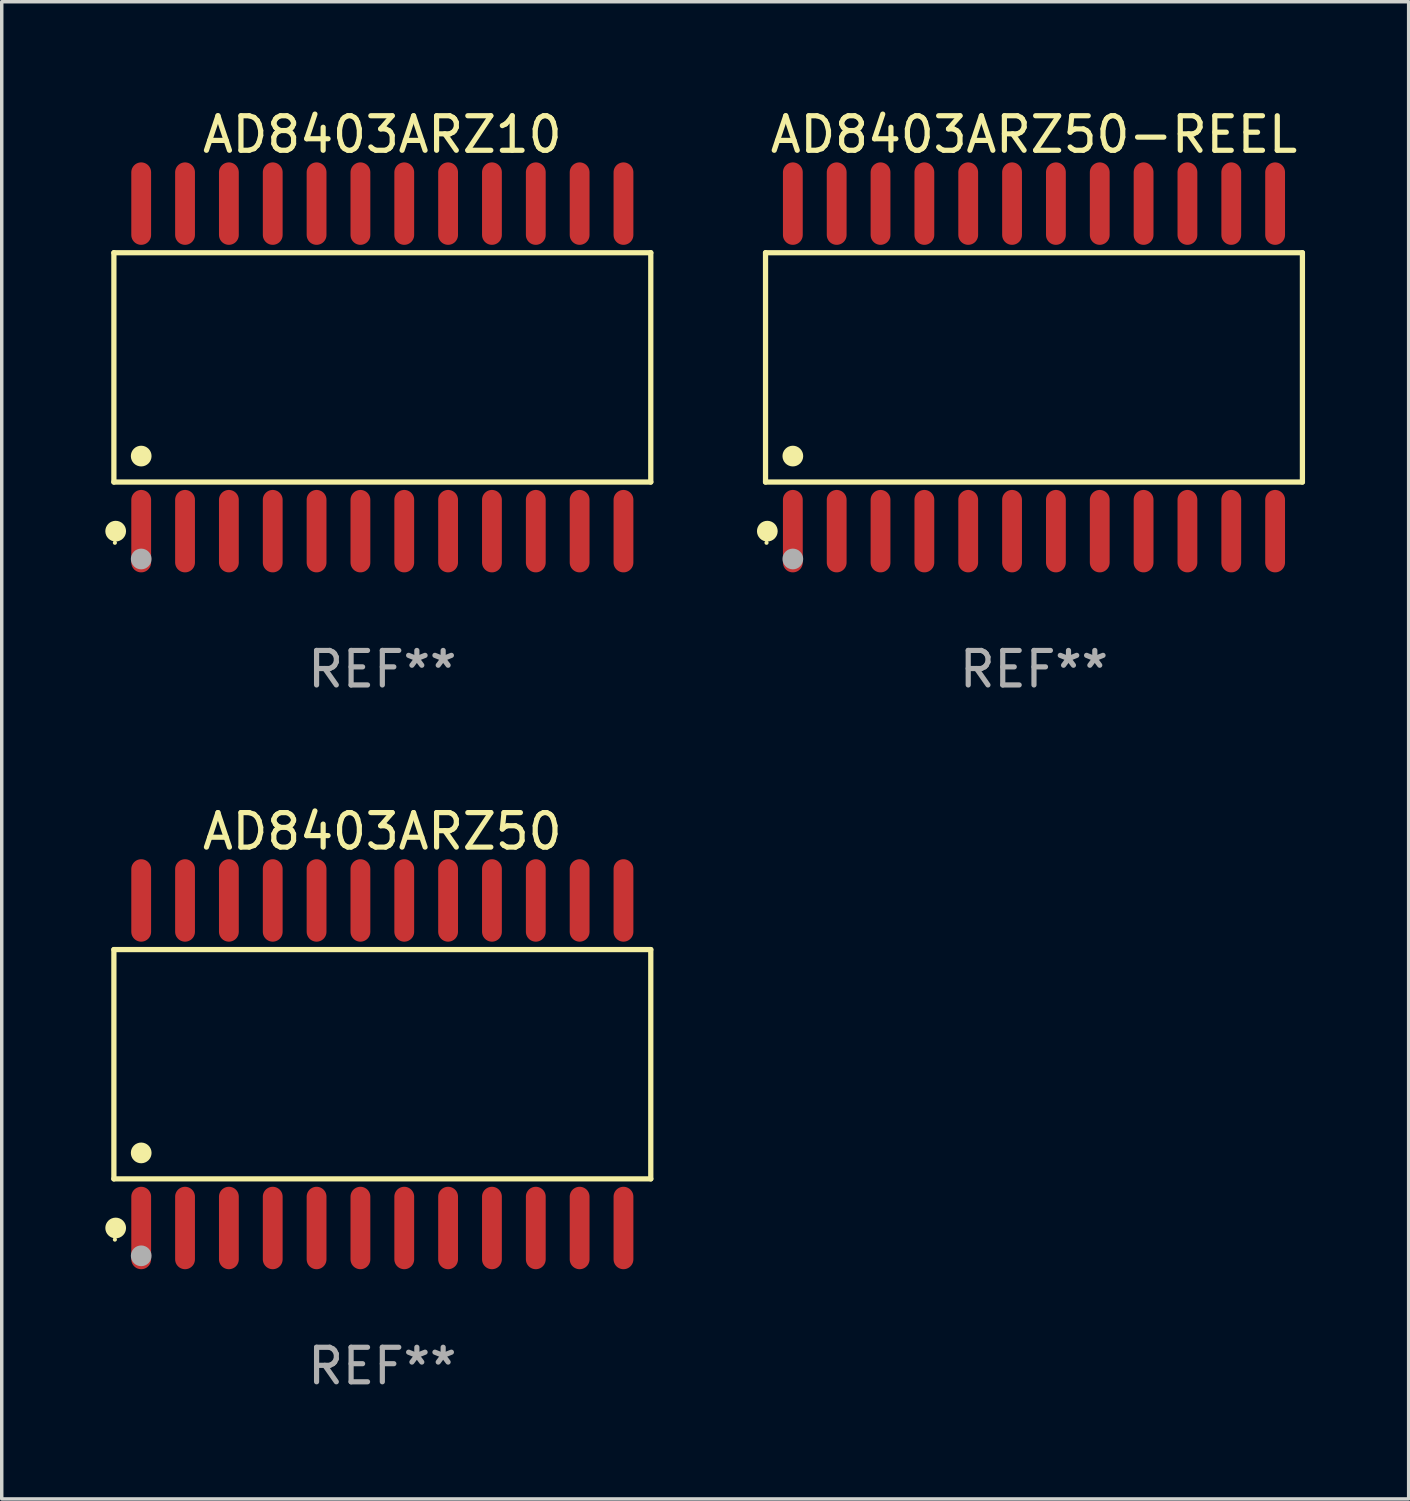
<source format=kicad_pcb>
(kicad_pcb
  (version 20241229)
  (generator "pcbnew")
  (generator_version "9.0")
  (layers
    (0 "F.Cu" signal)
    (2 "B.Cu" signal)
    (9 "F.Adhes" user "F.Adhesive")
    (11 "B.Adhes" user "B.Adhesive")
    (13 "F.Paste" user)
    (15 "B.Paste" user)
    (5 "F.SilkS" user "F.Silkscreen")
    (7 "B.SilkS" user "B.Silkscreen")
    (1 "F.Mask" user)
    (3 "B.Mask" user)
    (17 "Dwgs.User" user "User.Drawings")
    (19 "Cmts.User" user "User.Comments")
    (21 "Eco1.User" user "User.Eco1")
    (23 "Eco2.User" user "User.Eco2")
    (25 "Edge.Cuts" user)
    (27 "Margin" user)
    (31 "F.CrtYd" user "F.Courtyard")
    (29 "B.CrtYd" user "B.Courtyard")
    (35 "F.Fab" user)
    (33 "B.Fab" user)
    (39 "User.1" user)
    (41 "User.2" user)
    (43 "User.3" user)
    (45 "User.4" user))
  (footprint "AD8403ARZ50"
    (layer "F.Cu")
    (at 8.025 27.777)
    (property "Reference" "AD8403ARZ50" (at 0 -6.744 0) (layer "F.SilkS") (effects (font (size 1 1) (thickness 0.15))))
    (attr through_hole)
    (fp_line (start -7.776 -3.321) (end 7.776 -3.321) (stroke (width 0.152) (type solid)) (layer "F.SilkS"))
    (fp_line (start -7.776 3.321) (end -7.776 -3.321) (stroke (width 0.152) (type solid)) (layer "F.SilkS"))
    (fp_line (start 7.776 -3.321) (end 7.776 3.321) (stroke (width 0.152) (type solid)) (layer "F.SilkS"))
    (fp_line (start 7.776 3.321) (end -7.776 3.321) (stroke (width 0.152) (type solid)) (layer "F.SilkS"))
    (fp_circle (center -7.747 5.08) (end -7.717 5.08) (stroke (width 0.06) (type solid)) (fill no) (layer "F.SilkS"))
    (fp_circle (center -7.724 4.744) (end -7.574 4.744) (stroke (width 0.3) (type solid)) (fill no) (layer "F.SilkS"))
    (fp_circle (center -6.985 2.569) (end -6.835 2.569) (stroke (width 0.3) (type solid)) (fill no) (layer "F.SilkS"))
    (fp_circle (center -6.985 5.55) (end -6.835 5.55) (stroke (width 0.3) (type solid)) (fill no) (layer "F.Fab"))
    (fp_text user "REF**" (at 0 8.744 0) (layer "F.Fab") (effects (font (size 1 1) (thickness 0.15))))
    (pad "1" smd oval (at -6.985 4.744) (size 0.574 2.388) (layers "F.Cu" "F.Mask" "F.Paste"))
    (pad "2" smd oval (at -5.715 4.744) (size 0.574 2.388) (layers "F.Cu" "F.Mask" "F.Paste"))
    (pad "3" smd oval (at -4.445 4.744) (size 0.574 2.388) (layers "F.Cu" "F.Mask" "F.Paste"))
    (pad "4" smd oval (at -3.175 4.744) (size 0.574 2.388) (layers "F.Cu" "F.Mask" "F.Paste"))
    (pad "5" smd oval (at -1.905 4.744) (size 0.574 2.388) (layers "F.Cu" "F.Mask" "F.Paste"))
    (pad "6" smd oval (at -0.635 4.744) (size 0.574 2.388) (layers "F.Cu" "F.Mask" "F.Paste"))
    (pad "7" smd oval (at 0.635 4.744) (size 0.574 2.388) (layers "F.Cu" "F.Mask" "F.Paste"))
    (pad "8" smd oval (at 1.905 4.744) (size 0.574 2.388) (layers "F.Cu" "F.Mask" "F.Paste"))
    (pad "9" smd oval (at 3.175 4.744) (size 0.574 2.388) (layers "F.Cu" "F.Mask" "F.Paste"))
    (pad "10" smd oval (at 4.445 4.744) (size 0.574 2.388) (layers "F.Cu" "F.Mask" "F.Paste"))
    (pad "11" smd oval (at 5.715 4.744) (size 0.574 2.388) (layers "F.Cu" "F.Mask" "F.Paste"))
    (pad "12" smd oval (at 6.985 4.744) (size 0.574 2.388) (layers "F.Cu" "F.Mask" "F.Paste"))
    (pad "13" smd oval (at 6.985 -4.744) (size 0.574 2.388) (layers "F.Cu" "F.Mask" "F.Paste"))
    (pad "14" smd oval (at 5.715 -4.744) (size 0.574 2.388) (layers "F.Cu" "F.Mask" "F.Paste"))
    (pad "15" smd oval (at 4.445 -4.744) (size 0.574 2.388) (layers "F.Cu" "F.Mask" "F.Paste"))
    (pad "16" smd oval (at 3.175 -4.744) (size 0.574 2.388) (layers "F.Cu" "F.Mask" "F.Paste"))
    (pad "17" smd oval (at 1.905 -4.744) (size 0.574 2.388) (layers "F.Cu" "F.Mask" "F.Paste"))
    (pad "18" smd oval (at 0.635 -4.744) (size 0.574 2.388) (layers "F.Cu" "F.Mask" "F.Paste"))
    (pad "19" smd oval (at -0.635 -4.744) (size 0.574 2.388) (layers "F.Cu" "F.Mask" "F.Paste"))
    (pad "20" smd oval (at -1.905 -4.744) (size 0.574 2.388) (layers "F.Cu" "F.Mask" "F.Paste"))
    (pad "21" smd oval (at -3.175 -4.744) (size 0.574 2.388) (layers "F.Cu" "F.Mask" "F.Paste"))
    (pad "22" smd oval (at -4.445 -4.744) (size 0.574 2.388) (layers "F.Cu" "F.Mask" "F.Paste"))
    (pad "23" smd oval (at -5.715 -4.744) (size 0.574 2.388) (layers "F.Cu" "F.Mask" "F.Paste"))
    (pad "24" smd oval (at -6.985 -4.744) (size 0.574 2.388) (layers "F.Cu" "F.Mask" "F.Paste")))
  (footprint "AD8403ARZ50-REEL"
    (layer "F.Cu")
    (at 26.901 7.592)
    (property "Reference" "AD8403ARZ50-REEL" (at 0 -6.744 0) (layer "F.SilkS") (effects (font (size 1 1) (thickness 0.15))))
    (attr through_hole)
    (fp_line (start -7.776 -3.321) (end 7.776 -3.321) (stroke (width 0.152) (type solid)) (layer "F.SilkS"))
    (fp_line (start -7.776 3.321) (end -7.776 -3.321) (stroke (width 0.152) (type solid)) (layer "F.SilkS"))
    (fp_line (start 7.776 -3.321) (end 7.776 3.321) (stroke (width 0.152) (type solid)) (layer "F.SilkS"))
    (fp_line (start 7.776 3.321) (end -7.776 3.321) (stroke (width 0.152) (type solid)) (layer "F.SilkS"))
    (fp_circle (center -7.747 5.08) (end -7.717 5.08) (stroke (width 0.06) (type solid)) (fill no) (layer "F.SilkS"))
    (fp_circle (center -7.724 4.744) (end -7.574 4.744) (stroke (width 0.3) (type solid)) (fill no) (layer "F.SilkS"))
    (fp_circle (center -6.985 2.569) (end -6.835 2.569) (stroke (width 0.3) (type solid)) (fill no) (layer "F.SilkS"))
    (fp_circle (center -6.985 5.55) (end -6.835 5.55) (stroke (width 0.3) (type solid)) (fill no) (layer "F.Fab"))
    (fp_text user "REF**" (at 0 8.744 0) (layer "F.Fab") (effects (font (size 1 1) (thickness 0.15))))
    (pad "1" smd oval (at -6.985 4.744) (size 0.574 2.388) (layers "F.Cu" "F.Mask" "F.Paste"))
    (pad "2" smd oval (at -5.715 4.744) (size 0.574 2.388) (layers "F.Cu" "F.Mask" "F.Paste"))
    (pad "3" smd oval (at -4.445 4.744) (size 0.574 2.388) (layers "F.Cu" "F.Mask" "F.Paste"))
    (pad "4" smd oval (at -3.175 4.744) (size 0.574 2.388) (layers "F.Cu" "F.Mask" "F.Paste"))
    (pad "5" smd oval (at -1.905 4.744) (size 0.574 2.388) (layers "F.Cu" "F.Mask" "F.Paste"))
    (pad "6" smd oval (at -0.635 4.744) (size 0.574 2.388) (layers "F.Cu" "F.Mask" "F.Paste"))
    (pad "7" smd oval (at 0.635 4.744) (size 0.574 2.388) (layers "F.Cu" "F.Mask" "F.Paste"))
    (pad "8" smd oval (at 1.905 4.744) (size 0.574 2.388) (layers "F.Cu" "F.Mask" "F.Paste"))
    (pad "9" smd oval (at 3.175 4.744) (size 0.574 2.388) (layers "F.Cu" "F.Mask" "F.Paste"))
    (pad "10" smd oval (at 4.445 4.744) (size 0.574 2.388) (layers "F.Cu" "F.Mask" "F.Paste"))
    (pad "11" smd oval (at 5.715 4.744) (size 0.574 2.388) (layers "F.Cu" "F.Mask" "F.Paste"))
    (pad "12" smd oval (at 6.985 4.744) (size 0.574 2.388) (layers "F.Cu" "F.Mask" "F.Paste"))
    (pad "13" smd oval (at 6.985 -4.744) (size 0.574 2.388) (layers "F.Cu" "F.Mask" "F.Paste"))
    (pad "14" smd oval (at 5.715 -4.744) (size 0.574 2.388) (layers "F.Cu" "F.Mask" "F.Paste"))
    (pad "15" smd oval (at 4.445 -4.744) (size 0.574 2.388) (layers "F.Cu" "F.Mask" "F.Paste"))
    (pad "16" smd oval (at 3.175 -4.744) (size 0.574 2.388) (layers "F.Cu" "F.Mask" "F.Paste"))
    (pad "17" smd oval (at 1.905 -4.744) (size 0.574 2.388) (layers "F.Cu" "F.Mask" "F.Paste"))
    (pad "18" smd oval (at 0.635 -4.744) (size 0.574 2.388) (layers "F.Cu" "F.Mask" "F.Paste"))
    (pad "19" smd oval (at -0.635 -4.744) (size 0.574 2.388) (layers "F.Cu" "F.Mask" "F.Paste"))
    (pad "20" smd oval (at -1.905 -4.744) (size 0.574 2.388) (layers "F.Cu" "F.Mask" "F.Paste"))
    (pad "21" smd oval (at -3.175 -4.744) (size 0.574 2.388) (layers "F.Cu" "F.Mask" "F.Paste"))
    (pad "22" smd oval (at -4.445 -4.744) (size 0.574 2.388) (layers "F.Cu" "F.Mask" "F.Paste"))
    (pad "23" smd oval (at -5.715 -4.744) (size 0.574 2.388) (layers "F.Cu" "F.Mask" "F.Paste"))
    (pad "24" smd oval (at -6.985 -4.744) (size 0.574 2.388) (layers "F.Cu" "F.Mask" "F.Paste")))
  (footprint "AD8403ARZ10"
    (layer "F.Cu")
    (at 8.025 7.592)
    (property "Reference" "AD8403ARZ10" (at 0 -6.744 0) (layer "F.SilkS") (effects (font (size 1 1) (thickness 0.15))))
    (attr through_hole)
    (fp_line (start -7.776 -3.321) (end 7.776 -3.321) (stroke (width 0.152) (type solid)) (layer "F.SilkS"))
    (fp_line (start -7.776 3.321) (end -7.776 -3.321) (stroke (width 0.152) (type solid)) (layer "F.SilkS"))
    (fp_line (start 7.776 -3.321) (end 7.776 3.321) (stroke (width 0.152) (type solid)) (layer "F.SilkS"))
    (fp_line (start 7.776 3.321) (end -7.776 3.321) (stroke (width 0.152) (type solid)) (layer "F.SilkS"))
    (fp_circle (center -7.747 5.08) (end -7.717 5.08) (stroke (width 0.06) (type solid)) (fill no) (layer "F.SilkS"))
    (fp_circle (center -7.724 4.744) (end -7.574 4.744) (stroke (width 0.3) (type solid)) (fill no) (layer "F.SilkS"))
    (fp_circle (center -6.985 2.569) (end -6.835 2.569) (stroke (width 0.3) (type solid)) (fill no) (layer "F.SilkS"))
    (fp_circle (center -6.985 5.55) (end -6.835 5.55) (stroke (width 0.3) (type solid)) (fill no) (layer "F.Fab"))
    (fp_text user "REF**" (at 0 8.744 0) (layer "F.Fab") (effects (font (size 1 1) (thickness 0.15))))
    (pad "1" smd oval (at -6.985 4.744) (size 0.574 2.388) (layers "F.Cu" "F.Mask" "F.Paste"))
    (pad "2" smd oval (at -5.715 4.744) (size 0.574 2.388) (layers "F.Cu" "F.Mask" "F.Paste"))
    (pad "3" smd oval (at -4.445 4.744) (size 0.574 2.388) (layers "F.Cu" "F.Mask" "F.Paste"))
    (pad "4" smd oval (at -3.175 4.744) (size 0.574 2.388) (layers "F.Cu" "F.Mask" "F.Paste"))
    (pad "5" smd oval (at -1.905 4.744) (size 0.574 2.388) (layers "F.Cu" "F.Mask" "F.Paste"))
    (pad "6" smd oval (at -0.635 4.744) (size 0.574 2.388) (layers "F.Cu" "F.Mask" "F.Paste"))
    (pad "7" smd oval (at 0.635 4.744) (size 0.574 2.388) (layers "F.Cu" "F.Mask" "F.Paste"))
    (pad "8" smd oval (at 1.905 4.744) (size 0.574 2.388) (layers "F.Cu" "F.Mask" "F.Paste"))
    (pad "9" smd oval (at 3.175 4.744) (size 0.574 2.388) (layers "F.Cu" "F.Mask" "F.Paste"))
    (pad "10" smd oval (at 4.445 4.744) (size 0.574 2.388) (layers "F.Cu" "F.Mask" "F.Paste"))
    (pad "11" smd oval (at 5.715 4.744) (size 0.574 2.388) (layers "F.Cu" "F.Mask" "F.Paste"))
    (pad "12" smd oval (at 6.985 4.744) (size 0.574 2.388) (layers "F.Cu" "F.Mask" "F.Paste"))
    (pad "13" smd oval (at 6.985 -4.744) (size 0.574 2.388) (layers "F.Cu" "F.Mask" "F.Paste"))
    (pad "14" smd oval (at 5.715 -4.744) (size 0.574 2.388) (layers "F.Cu" "F.Mask" "F.Paste"))
    (pad "15" smd oval (at 4.445 -4.744) (size 0.574 2.388) (layers "F.Cu" "F.Mask" "F.Paste"))
    (pad "16" smd oval (at 3.175 -4.744) (size 0.574 2.388) (layers "F.Cu" "F.Mask" "F.Paste"))
    (pad "17" smd oval (at 1.905 -4.744) (size 0.574 2.388) (layers "F.Cu" "F.Mask" "F.Paste"))
    (pad "18" smd oval (at 0.635 -4.744) (size 0.574 2.388) (layers "F.Cu" "F.Mask" "F.Paste"))
    (pad "19" smd oval (at -0.635 -4.744) (size 0.574 2.388) (layers "F.Cu" "F.Mask" "F.Paste"))
    (pad "20" smd oval (at -1.905 -4.744) (size 0.574 2.388) (layers "F.Cu" "F.Mask" "F.Paste"))
    (pad "21" smd oval (at -3.175 -4.744) (size 0.574 2.388) (layers "F.Cu" "F.Mask" "F.Paste"))
    (pad "22" smd oval (at -4.445 -4.744) (size 0.574 2.388) (layers "F.Cu" "F.Mask" "F.Paste"))
    (pad "23" smd oval (at -5.715 -4.744) (size 0.574 2.388) (layers "F.Cu" "F.Mask" "F.Paste"))
    (pad "24" smd oval (at -6.985 -4.744) (size 0.574 2.388) (layers "F.Cu" "F.Mask" "F.Paste")))
  (gr_rect
    (start -3 -3)
    (end 37.754 40.369)
    (stroke (width 0.1) (type default))
    (fill no)
    (layer "Edge.Cuts")))
</source>
